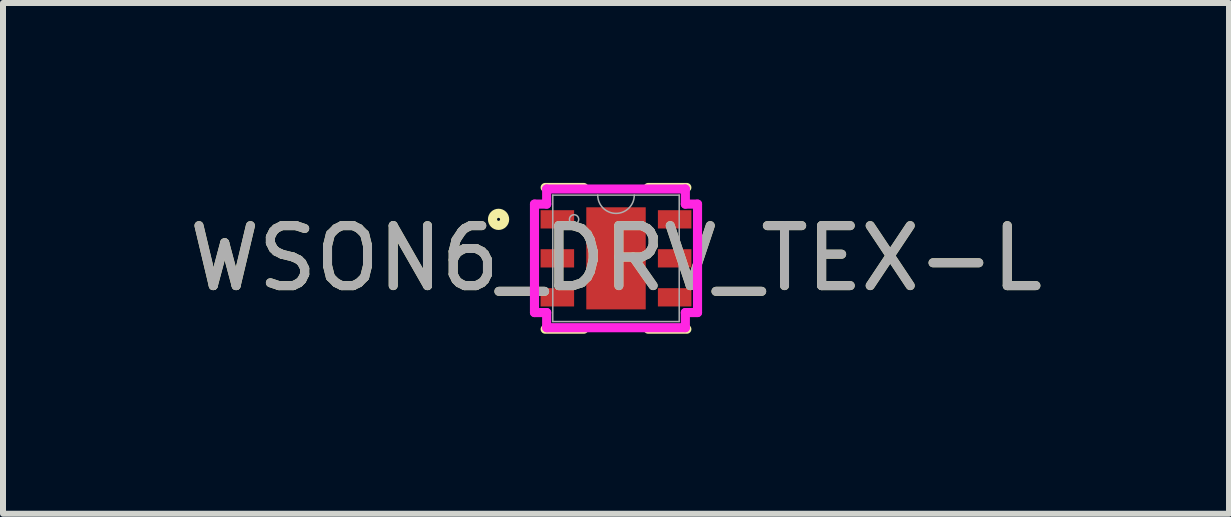
<source format=kicad_pcb>
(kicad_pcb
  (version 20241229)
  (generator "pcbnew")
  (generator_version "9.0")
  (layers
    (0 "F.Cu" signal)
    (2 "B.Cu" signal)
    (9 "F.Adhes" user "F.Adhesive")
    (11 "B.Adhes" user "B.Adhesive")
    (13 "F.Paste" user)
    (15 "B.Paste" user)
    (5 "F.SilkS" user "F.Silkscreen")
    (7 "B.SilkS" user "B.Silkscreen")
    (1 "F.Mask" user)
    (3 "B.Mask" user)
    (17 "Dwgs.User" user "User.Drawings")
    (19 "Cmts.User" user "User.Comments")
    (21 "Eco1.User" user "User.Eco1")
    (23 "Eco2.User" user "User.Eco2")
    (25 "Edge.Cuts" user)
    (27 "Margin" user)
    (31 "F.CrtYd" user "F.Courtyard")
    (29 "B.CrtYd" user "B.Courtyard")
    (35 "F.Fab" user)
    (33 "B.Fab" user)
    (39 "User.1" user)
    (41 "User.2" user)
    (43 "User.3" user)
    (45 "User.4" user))
  (footprint "WSON6_DRV_TEX-L"
    (layer "F.Cu")
    (at 7.22 1.257)
    (property "Reference" "WSON6_DRV_TEX-L" (at 0 0 0) (unlocked yes) (layer "F.SilkS") (effects (font (size 1 1) (thickness 0.15))))
    (attr smd)
    (fp_line (start -1.181 1.181) (end -0.536 1.181) (stroke (width 0.152) (type solid)) (layer "F.SilkS"))
    (fp_line (start -0.536 -1.181) (end -1.181 -1.181) (stroke (width 0.152) (type solid)) (layer "F.SilkS"))
    (fp_line (start 0.536 1.181) (end 1.181 1.181) (stroke (width 0.152) (type solid)) (layer "F.SilkS"))
    (fp_line (start 1.181 -1.181) (end 0.536 -1.181) (stroke (width 0.152) (type solid)) (layer "F.SilkS"))
    (fp_circle (center -1.958 -0.65) (end -1.857 -0.65) (stroke (width 0.152) (type solid)) (fill no) (layer "F.SilkS"))
    (fp_line (start -1.359 -0.904) (end -1.156 -0.904) (stroke (width 0.152) (type solid)) (layer "F.CrtYd"))
    (fp_line (start -1.359 0.904) (end -1.359 -0.904) (stroke (width 0.152) (type solid)) (layer "F.CrtYd"))
    (fp_line (start -1.359 0.904) (end -1.156 0.904) (stroke (width 0.152) (type solid)) (layer "F.CrtYd"))
    (fp_line (start -1.156 -1.156) (end 1.156 -1.156) (stroke (width 0.152) (type solid)) (layer "F.CrtYd"))
    (fp_line (start -1.156 -0.904) (end -1.156 -1.156) (stroke (width 0.152) (type solid)) (layer "F.CrtYd"))
    (fp_line (start -1.156 1.156) (end -1.156 0.904) (stroke (width 0.152) (type solid)) (layer "F.CrtYd"))
    (fp_line (start 1.156 -1.156) (end 1.156 -0.904) (stroke (width 0.152) (type solid)) (layer "F.CrtYd"))
    (fp_line (start 1.156 0.904) (end 1.156 1.156) (stroke (width 0.152) (type solid)) (layer "F.CrtYd"))
    (fp_line (start 1.156 1.156) (end -1.156 1.156) (stroke (width 0.152) (type solid)) (layer "F.CrtYd"))
    (fp_line (start 1.359 -0.904) (end 1.156 -0.904) (stroke (width 0.152) (type solid)) (layer "F.CrtYd"))
    (fp_line (start 1.359 -0.904) (end 1.359 0.904) (stroke (width 0.152) (type solid)) (layer "F.CrtYd"))
    (fp_line (start 1.359 0.904) (end 1.156 0.904) (stroke (width 0.152) (type solid)) (layer "F.CrtYd"))
    (fp_line (start -1.054 -1.054) (end -1.054 1.054) (stroke (width 0.025) (type solid)) (layer "F.Fab"))
    (fp_line (start -1.054 1.054) (end 1.054 1.054) (stroke (width 0.025) (type solid)) (layer "F.Fab"))
    (fp_line (start 1.054 -1.054) (end -1.054 -1.054) (stroke (width 0.025) (type solid)) (layer "F.Fab"))
    (fp_line (start 1.054 1.054) (end 1.054 -1.054) (stroke (width 0.025) (type solid)) (layer "F.Fab"))
    (fp_arc (start 0.3048 -1.0541) (mid 0 -0.7493) (end -0.3048 -1.0541) (stroke (width 0.0254) (type solid)) (layer "F.Fab"))
    (fp_circle (center -0.699 -0.65) (end -0.622 -0.65) (stroke (width 0.025) (type solid)) (fill no) (layer "F.Fab"))
    (fp_text user "${REFERENCE}" (at 0 0 0) (unlocked yes) (layer "F.Fab") (effects (font (size 1 1) (thickness 0.15))))
    (pad "1" smd rect (at -0.978 -0.65) (size 0.559 0.305) (layers "F.Cu" "F.Mask" "F.Paste"))
    (pad "2" smd rect (at -0.978 0) (size 0.559 0.305) (layers "F.Cu" "F.Mask" "F.Paste"))
    (pad "3" smd rect (at -0.978 0.65) (size 0.559 0.305) (layers "F.Cu" "F.Mask" "F.Paste"))
    (pad "4" smd rect (at 0.978 0.65) (size 0.559 0.305) (layers "F.Cu" "F.Mask" "F.Paste"))
    (pad "5" smd rect (at 0.978 0) (size 0.559 0.305) (layers "F.Cu" "F.Mask" "F.Paste"))
    (pad "6" smd rect (at 0.978 -0.65) (size 0.559 0.305) (layers "F.Cu" "F.Mask" "F.Paste"))
    (pad "7" smd rect (at 0 0) (size 0.991 1.702) (layers "F.Cu" "F.Mask" "F.Paste")))
  (gr_rect
    (start -3 -3)
    (end 17.44 5.515)
    (stroke (width 0.1) (type default))
    (fill no)
    (layer "Edge.Cuts")))
</source>
